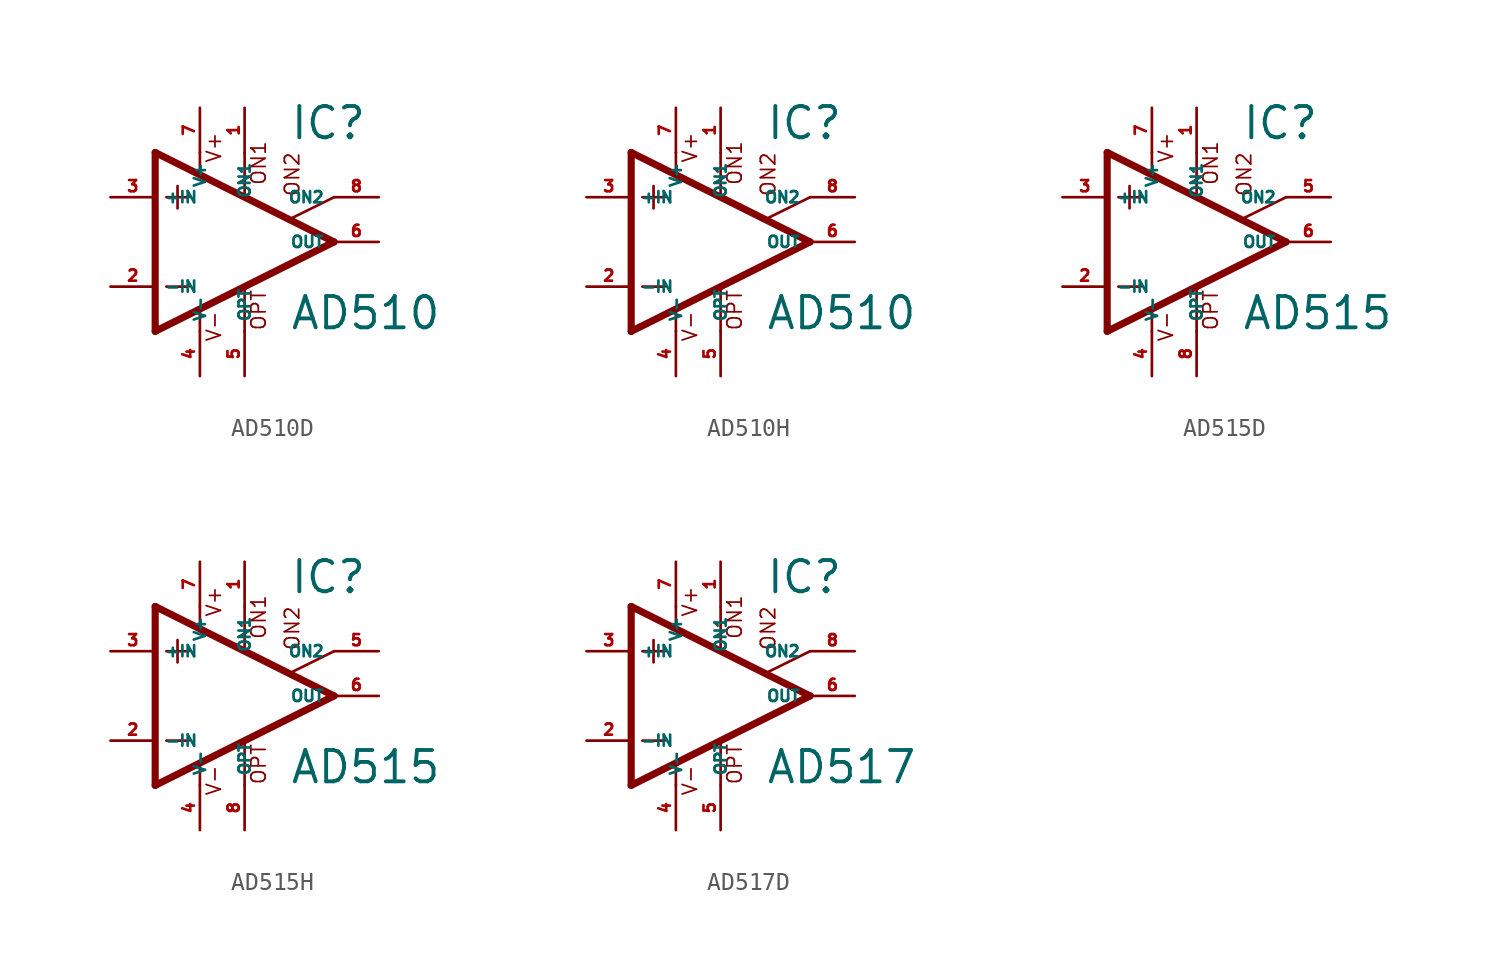
<source format=kicad_sym>
(kicad_symbol_lib
  (version 20220914)
  (generator Eagle2Kicad)
  (symbol "AD510D"
    (property "Reference" "IC"
      (at 2.54 5.715 0)
      (effects (font (size 1.778 1.778) (thickness 0.22)) (justify left bottom)))
    (property "Value" "AD510"
      (at 2.54 -5.08 0)
      (effects (font (size 1.778 1.778) (thickness 0.22)) (justify left bottom)))
    (polyline
      (pts (xy -3.81 3.175) (xy -3.81 1.905))
      (stroke (width 0.152) (type default))
      (fill (type none)))
    (polyline
      (pts (xy -4.445 2.54) (xy -3.175 2.54))
      (stroke (width 0.152) (type default))
      (fill (type none)))
    (polyline
      (pts (xy -4.445 -2.54) (xy -3.175 -2.54))
      (stroke (width 0.152) (type default))
      (fill (type none)))
    (polyline
      (pts (xy -2.54 5.08) (xy -2.54 3.886))
      (stroke (width 0.152) (type default))
      (fill (type none)))
    (polyline
      (pts (xy 0 5.055) (xy 0 2.616))
      (stroke (width 0.152) (type default))
      (fill (type none)))
    (polyline
      (pts (xy 0 -2.616) (xy 0 -5.08))
      (stroke (width 0.152) (type default))
      (fill (type none)))
    (polyline
      (pts (xy -2.54 -3.912) (xy -2.54 -5.08))
      (stroke (width 0.152) (type default))
      (fill (type none)))
    (polyline
      (pts (xy 5.08 2.54) (xy 2.616 1.321))
      (stroke (width 0.152) (type default))
      (fill (type none)))
    (polyline
      (pts (xy 5.08 0) (xy -5.08 5.08))
      (stroke (width 0.406) (type default))
      (fill (type none)))
    (polyline
      (pts (xy -5.08 5.08) (xy -5.08 -5.08))
      (stroke (width 0.406) (type default))
      (fill (type none)))
    (polyline
      (pts (xy -5.08 -5.08) (xy 5.08 0))
      (stroke (width 0.406) (type default))
      (fill (type none)))
    (text "ON1"
      (at 1.27 3.175 900)
      (effects (font (size 0.813 0.813) (thickness 0.10)) (justify left bottom)))
    (text "ON2"
      (at 3.175 2.54 900)
      (effects (font (size 0.813 0.813) (thickness 0.10)) (justify left bottom)))
    (text "OPT"
      (at 1.27 -5.08 900)
      (effects (font (size 0.813 0.813) (thickness 0.10)) (justify left bottom)))
    (text "V+"
      (at -1.27 4.445 900)
      (effects (font (size 0.813 0.813) (thickness 0.10)) (justify left bottom)))
    (text "V-"
      (at -1.27 -5.715 900)
      (effects (font (size 0.813 0.813) (thickness 0.10)) (justify left bottom)))
    (pin passive line
      (at 7.62 2.54 180)
      (length 2.54)
      (name "ON2" (effects (font (size 0.635 0.635) (thickness 0.08)) (justify left bottom)))
      (number "8" (effects (font (size 0.635 0.635) (thickness 0.08)) (justify left bottom))))
    (pin passive line
      (at 0 7.62 270)
      (length 2.54)
      (name "ON1" (effects (font (size 0.635 0.635) (thickness 0.08)) (justify left bottom)))
      (number "1" (effects (font (size 0.635 0.635) (thickness 0.08)) (justify left bottom))))
    (pin input line
      (at -7.62 -2.54 0)
      (length 2.54)
      (name "-IN" (effects (font (size 0.635 0.635) (thickness 0.08)) (justify left bottom)))
      (number "2" (effects (font (size 0.635 0.635) (thickness 0.08)) (justify left bottom))))
    (pin input line
      (at -7.62 2.54 0)
      (length 2.54)
      (name "+IN" (effects (font (size 0.635 0.635) (thickness 0.08)) (justify left bottom)))
      (number "3" (effects (font (size 0.635 0.635) (thickness 0.08)) (justify left bottom))))
    (pin output line
      (at 7.62 0 180)
      (length 2.54)
      (name "OUT" (effects (font (size 0.635 0.635) (thickness 0.08)) (justify left bottom)))
      (number "6" (effects (font (size 0.635 0.635) (thickness 0.08)) (justify left bottom))))
    (pin passive line
      (at 0 -7.62 90)
      (length 2.54)
      (name "OPT" (effects (font (size 0.635 0.635) (thickness 0.08)) (justify left bottom)))
      (number "5" (effects (font (size 0.635 0.635) (thickness 0.08)) (justify left bottom))))
    (pin unspecified line
      (at -2.54 7.62 270)
      (length 2.54)
      (name "V+" (effects (font (size 0.635 0.635) (thickness 0.08)) (justify left bottom)))
      (number "7" (effects (font (size 0.635 0.635) (thickness 0.08)) (justify left bottom))))
    (pin unspecified line
      (at -2.54 -7.62 90)
      (length 2.54)
      (name "V-" (effects (font (size 0.635 0.635) (thickness 0.08)) (justify left bottom)))
      (number "4" (effects (font (size 0.635 0.635) (thickness 0.08)) (justify left bottom)))))
  (symbol "AD510H"
    (property "Reference" "IC"
      (at 2.54 5.715 0)
      (effects (font (size 1.778 1.778) (thickness 0.22)) (justify left bottom)))
    (property "Value" "AD510"
      (at 2.54 -5.08 0)
      (effects (font (size 1.778 1.778) (thickness 0.22)) (justify left bottom)))
    (polyline
      (pts (xy -3.81 3.175) (xy -3.81 1.905))
      (stroke (width 0.152) (type default))
      (fill (type none)))
    (polyline
      (pts (xy -4.445 2.54) (xy -3.175 2.54))
      (stroke (width 0.152) (type default))
      (fill (type none)))
    (polyline
      (pts (xy -4.445 -2.54) (xy -3.175 -2.54))
      (stroke (width 0.152) (type default))
      (fill (type none)))
    (polyline
      (pts (xy -2.54 5.08) (xy -2.54 3.886))
      (stroke (width 0.152) (type default))
      (fill (type none)))
    (polyline
      (pts (xy 0 5.055) (xy 0 2.616))
      (stroke (width 0.152) (type default))
      (fill (type none)))
    (polyline
      (pts (xy 0 -2.616) (xy 0 -5.08))
      (stroke (width 0.152) (type default))
      (fill (type none)))
    (polyline
      (pts (xy -2.54 -3.912) (xy -2.54 -5.08))
      (stroke (width 0.152) (type default))
      (fill (type none)))
    (polyline
      (pts (xy 5.08 2.54) (xy 2.616 1.321))
      (stroke (width 0.152) (type default))
      (fill (type none)))
    (polyline
      (pts (xy 5.08 0) (xy -5.08 5.08))
      (stroke (width 0.406) (type default))
      (fill (type none)))
    (polyline
      (pts (xy -5.08 5.08) (xy -5.08 -5.08))
      (stroke (width 0.406) (type default))
      (fill (type none)))
    (polyline
      (pts (xy -5.08 -5.08) (xy 5.08 0))
      (stroke (width 0.406) (type default))
      (fill (type none)))
    (text "ON1"
      (at 1.27 3.175 900)
      (effects (font (size 0.813 0.813) (thickness 0.10)) (justify left bottom)))
    (text "ON2"
      (at 3.175 2.54 900)
      (effects (font (size 0.813 0.813) (thickness 0.10)) (justify left bottom)))
    (text "OPT"
      (at 1.27 -5.08 900)
      (effects (font (size 0.813 0.813) (thickness 0.10)) (justify left bottom)))
    (text "V+"
      (at -1.27 4.445 900)
      (effects (font (size 0.813 0.813) (thickness 0.10)) (justify left bottom)))
    (text "V-"
      (at -1.27 -5.715 900)
      (effects (font (size 0.813 0.813) (thickness 0.10)) (justify left bottom)))
    (pin passive line
      (at 7.62 2.54 180)
      (length 2.54)
      (name "ON2" (effects (font (size 0.635 0.635) (thickness 0.08)) (justify left bottom)))
      (number "8" (effects (font (size 0.635 0.635) (thickness 0.08)) (justify left bottom))))
    (pin passive line
      (at 0 7.62 270)
      (length 2.54)
      (name "ON1" (effects (font (size 0.635 0.635) (thickness 0.08)) (justify left bottom)))
      (number "1" (effects (font (size 0.635 0.635) (thickness 0.08)) (justify left bottom))))
    (pin input line
      (at -7.62 -2.54 0)
      (length 2.54)
      (name "-IN" (effects (font (size 0.635 0.635) (thickness 0.08)) (justify left bottom)))
      (number "2" (effects (font (size 0.635 0.635) (thickness 0.08)) (justify left bottom))))
    (pin input line
      (at -7.62 2.54 0)
      (length 2.54)
      (name "+IN" (effects (font (size 0.635 0.635) (thickness 0.08)) (justify left bottom)))
      (number "3" (effects (font (size 0.635 0.635) (thickness 0.08)) (justify left bottom))))
    (pin output line
      (at 7.62 0 180)
      (length 2.54)
      (name "OUT" (effects (font (size 0.635 0.635) (thickness 0.08)) (justify left bottom)))
      (number "6" (effects (font (size 0.635 0.635) (thickness 0.08)) (justify left bottom))))
    (pin passive line
      (at 0 -7.62 90)
      (length 2.54)
      (name "OPT" (effects (font (size 0.635 0.635) (thickness 0.08)) (justify left bottom)))
      (number "5" (effects (font (size 0.635 0.635) (thickness 0.08)) (justify left bottom))))
    (pin unspecified line
      (at -2.54 7.62 270)
      (length 2.54)
      (name "V+" (effects (font (size 0.635 0.635) (thickness 0.08)) (justify left bottom)))
      (number "7" (effects (font (size 0.635 0.635) (thickness 0.08)) (justify left bottom))))
    (pin unspecified line
      (at -2.54 -7.62 90)
      (length 2.54)
      (name "V-" (effects (font (size 0.635 0.635) (thickness 0.08)) (justify left bottom)))
      (number "4" (effects (font (size 0.635 0.635) (thickness 0.08)) (justify left bottom)))))
  (symbol "AD515D"
    (property "Reference" "IC"
      (at 2.54 5.715 0)
      (effects (font (size 1.778 1.778) (thickness 0.22)) (justify left bottom)))
    (property "Value" "AD515"
      (at 2.54 -5.08 0)
      (effects (font (size 1.778 1.778) (thickness 0.22)) (justify left bottom)))
    (polyline
      (pts (xy -3.81 3.175) (xy -3.81 1.905))
      (stroke (width 0.152) (type default))
      (fill (type none)))
    (polyline
      (pts (xy -4.445 2.54) (xy -3.175 2.54))
      (stroke (width 0.152) (type default))
      (fill (type none)))
    (polyline
      (pts (xy -4.445 -2.54) (xy -3.175 -2.54))
      (stroke (width 0.152) (type default))
      (fill (type none)))
    (polyline
      (pts (xy -2.54 5.08) (xy -2.54 3.886))
      (stroke (width 0.152) (type default))
      (fill (type none)))
    (polyline
      (pts (xy 0 5.055) (xy 0 2.616))
      (stroke (width 0.152) (type default))
      (fill (type none)))
    (polyline
      (pts (xy 0 -2.616) (xy 0 -5.08))
      (stroke (width 0.152) (type default))
      (fill (type none)))
    (polyline
      (pts (xy -2.54 -3.912) (xy -2.54 -5.08))
      (stroke (width 0.152) (type default))
      (fill (type none)))
    (polyline
      (pts (xy 5.08 2.54) (xy 2.616 1.321))
      (stroke (width 0.152) (type default))
      (fill (type none)))
    (polyline
      (pts (xy 5.08 0) (xy -5.08 5.08))
      (stroke (width 0.406) (type default))
      (fill (type none)))
    (polyline
      (pts (xy -5.08 5.08) (xy -5.08 -5.08))
      (stroke (width 0.406) (type default))
      (fill (type none)))
    (polyline
      (pts (xy -5.08 -5.08) (xy 5.08 0))
      (stroke (width 0.406) (type default))
      (fill (type none)))
    (text "ON1"
      (at 1.27 3.175 900)
      (effects (font (size 0.813 0.813) (thickness 0.10)) (justify left bottom)))
    (text "ON2"
      (at 3.175 2.54 900)
      (effects (font (size 0.813 0.813) (thickness 0.10)) (justify left bottom)))
    (text "OPT"
      (at 1.27 -5.08 900)
      (effects (font (size 0.813 0.813) (thickness 0.10)) (justify left bottom)))
    (text "V+"
      (at -1.27 4.445 900)
      (effects (font (size 0.813 0.813) (thickness 0.10)) (justify left bottom)))
    (text "V-"
      (at -1.27 -5.715 900)
      (effects (font (size 0.813 0.813) (thickness 0.10)) (justify left bottom)))
    (pin passive line
      (at 7.62 2.54 180)
      (length 2.54)
      (name "ON2" (effects (font (size 0.635 0.635) (thickness 0.08)) (justify left bottom)))
      (number "5" (effects (font (size 0.635 0.635) (thickness 0.08)) (justify left bottom))))
    (pin passive line
      (at 0 7.62 270)
      (length 2.54)
      (name "ON1" (effects (font (size 0.635 0.635) (thickness 0.08)) (justify left bottom)))
      (number "1" (effects (font (size 0.635 0.635) (thickness 0.08)) (justify left bottom))))
    (pin input line
      (at -7.62 -2.54 0)
      (length 2.54)
      (name "-IN" (effects (font (size 0.635 0.635) (thickness 0.08)) (justify left bottom)))
      (number "2" (effects (font (size 0.635 0.635) (thickness 0.08)) (justify left bottom))))
    (pin input line
      (at -7.62 2.54 0)
      (length 2.54)
      (name "+IN" (effects (font (size 0.635 0.635) (thickness 0.08)) (justify left bottom)))
      (number "3" (effects (font (size 0.635 0.635) (thickness 0.08)) (justify left bottom))))
    (pin output line
      (at 7.62 0 180)
      (length 2.54)
      (name "OUT" (effects (font (size 0.635 0.635) (thickness 0.08)) (justify left bottom)))
      (number "6" (effects (font (size 0.635 0.635) (thickness 0.08)) (justify left bottom))))
    (pin passive line
      (at 0 -7.62 90)
      (length 2.54)
      (name "OPT" (effects (font (size 0.635 0.635) (thickness 0.08)) (justify left bottom)))
      (number "8" (effects (font (size 0.635 0.635) (thickness 0.08)) (justify left bottom))))
    (pin unspecified line
      (at -2.54 7.62 270)
      (length 2.54)
      (name "V+" (effects (font (size 0.635 0.635) (thickness 0.08)) (justify left bottom)))
      (number "7" (effects (font (size 0.635 0.635) (thickness 0.08)) (justify left bottom))))
    (pin unspecified line
      (at -2.54 -7.62 90)
      (length 2.54)
      (name "V-" (effects (font (size 0.635 0.635) (thickness 0.08)) (justify left bottom)))
      (number "4" (effects (font (size 0.635 0.635) (thickness 0.08)) (justify left bottom)))))
  (symbol "AD515H"
    (property "Reference" "IC"
      (at 2.54 5.715 0)
      (effects (font (size 1.778 1.778) (thickness 0.22)) (justify left bottom)))
    (property "Value" "AD515"
      (at 2.54 -5.08 0)
      (effects (font (size 1.778 1.778) (thickness 0.22)) (justify left bottom)))
    (polyline
      (pts (xy -3.81 3.175) (xy -3.81 1.905))
      (stroke (width 0.152) (type default))
      (fill (type none)))
    (polyline
      (pts (xy -4.445 2.54) (xy -3.175 2.54))
      (stroke (width 0.152) (type default))
      (fill (type none)))
    (polyline
      (pts (xy -4.445 -2.54) (xy -3.175 -2.54))
      (stroke (width 0.152) (type default))
      (fill (type none)))
    (polyline
      (pts (xy -2.54 5.08) (xy -2.54 3.886))
      (stroke (width 0.152) (type default))
      (fill (type none)))
    (polyline
      (pts (xy 0 5.055) (xy 0 2.616))
      (stroke (width 0.152) (type default))
      (fill (type none)))
    (polyline
      (pts (xy 0 -2.616) (xy 0 -5.08))
      (stroke (width 0.152) (type default))
      (fill (type none)))
    (polyline
      (pts (xy -2.54 -3.912) (xy -2.54 -5.08))
      (stroke (width 0.152) (type default))
      (fill (type none)))
    (polyline
      (pts (xy 5.08 2.54) (xy 2.616 1.321))
      (stroke (width 0.152) (type default))
      (fill (type none)))
    (polyline
      (pts (xy 5.08 0) (xy -5.08 5.08))
      (stroke (width 0.406) (type default))
      (fill (type none)))
    (polyline
      (pts (xy -5.08 5.08) (xy -5.08 -5.08))
      (stroke (width 0.406) (type default))
      (fill (type none)))
    (polyline
      (pts (xy -5.08 -5.08) (xy 5.08 0))
      (stroke (width 0.406) (type default))
      (fill (type none)))
    (text "ON1"
      (at 1.27 3.175 900)
      (effects (font (size 0.813 0.813) (thickness 0.10)) (justify left bottom)))
    (text "ON2"
      (at 3.175 2.54 900)
      (effects (font (size 0.813 0.813) (thickness 0.10)) (justify left bottom)))
    (text "OPT"
      (at 1.27 -5.08 900)
      (effects (font (size 0.813 0.813) (thickness 0.10)) (justify left bottom)))
    (text "V+"
      (at -1.27 4.445 900)
      (effects (font (size 0.813 0.813) (thickness 0.10)) (justify left bottom)))
    (text "V-"
      (at -1.27 -5.715 900)
      (effects (font (size 0.813 0.813) (thickness 0.10)) (justify left bottom)))
    (pin passive line
      (at 7.62 2.54 180)
      (length 2.54)
      (name "ON2" (effects (font (size 0.635 0.635) (thickness 0.08)) (justify left bottom)))
      (number "5" (effects (font (size 0.635 0.635) (thickness 0.08)) (justify left bottom))))
    (pin passive line
      (at 0 7.62 270)
      (length 2.54)
      (name "ON1" (effects (font (size 0.635 0.635) (thickness 0.08)) (justify left bottom)))
      (number "1" (effects (font (size 0.635 0.635) (thickness 0.08)) (justify left bottom))))
    (pin input line
      (at -7.62 -2.54 0)
      (length 2.54)
      (name "-IN" (effects (font (size 0.635 0.635) (thickness 0.08)) (justify left bottom)))
      (number "2" (effects (font (size 0.635 0.635) (thickness 0.08)) (justify left bottom))))
    (pin input line
      (at -7.62 2.54 0)
      (length 2.54)
      (name "+IN" (effects (font (size 0.635 0.635) (thickness 0.08)) (justify left bottom)))
      (number "3" (effects (font (size 0.635 0.635) (thickness 0.08)) (justify left bottom))))
    (pin output line
      (at 7.62 0 180)
      (length 2.54)
      (name "OUT" (effects (font (size 0.635 0.635) (thickness 0.08)) (justify left bottom)))
      (number "6" (effects (font (size 0.635 0.635) (thickness 0.08)) (justify left bottom))))
    (pin passive line
      (at 0 -7.62 90)
      (length 2.54)
      (name "OPT" (effects (font (size 0.635 0.635) (thickness 0.08)) (justify left bottom)))
      (number "8" (effects (font (size 0.635 0.635) (thickness 0.08)) (justify left bottom))))
    (pin unspecified line
      (at -2.54 7.62 270)
      (length 2.54)
      (name "V+" (effects (font (size 0.635 0.635) (thickness 0.08)) (justify left bottom)))
      (number "7" (effects (font (size 0.635 0.635) (thickness 0.08)) (justify left bottom))))
    (pin unspecified line
      (at -2.54 -7.62 90)
      (length 2.54)
      (name "V-" (effects (font (size 0.635 0.635) (thickness 0.08)) (justify left bottom)))
      (number "4" (effects (font (size 0.635 0.635) (thickness 0.08)) (justify left bottom)))))
  (symbol "AD517D"
    (property "Reference" "IC"
      (at 2.54 5.715 0)
      (effects (font (size 1.778 1.778) (thickness 0.22)) (justify left bottom)))
    (property "Value" "AD517"
      (at 2.54 -5.08 0)
      (effects (font (size 1.778 1.778) (thickness 0.22)) (justify left bottom)))
    (polyline
      (pts (xy -3.81 3.175) (xy -3.81 1.905))
      (stroke (width 0.152) (type default))
      (fill (type none)))
    (polyline
      (pts (xy -4.445 2.54) (xy -3.175 2.54))
      (stroke (width 0.152) (type default))
      (fill (type none)))
    (polyline
      (pts (xy -4.445 -2.54) (xy -3.175 -2.54))
      (stroke (width 0.152) (type default))
      (fill (type none)))
    (polyline
      (pts (xy -2.54 5.08) (xy -2.54 3.886))
      (stroke (width 0.152) (type default))
      (fill (type none)))
    (polyline
      (pts (xy 0 5.055) (xy 0 2.616))
      (stroke (width 0.152) (type default))
      (fill (type none)))
    (polyline
      (pts (xy 0 -2.616) (xy 0 -5.08))
      (stroke (width 0.152) (type default))
      (fill (type none)))
    (polyline
      (pts (xy -2.54 -3.912) (xy -2.54 -5.08))
      (stroke (width 0.152) (type default))
      (fill (type none)))
    (polyline
      (pts (xy 5.08 2.54) (xy 2.616 1.321))
      (stroke (width 0.152) (type default))
      (fill (type none)))
    (polyline
      (pts (xy 5.08 0) (xy -5.08 5.08))
      (stroke (width 0.406) (type default))
      (fill (type none)))
    (polyline
      (pts (xy -5.08 5.08) (xy -5.08 -5.08))
      (stroke (width 0.406) (type default))
      (fill (type none)))
    (polyline
      (pts (xy -5.08 -5.08) (xy 5.08 0))
      (stroke (width 0.406) (type default))
      (fill (type none)))
    (text "ON1"
      (at 1.27 3.175 900)
      (effects (font (size 0.813 0.813) (thickness 0.10)) (justify left bottom)))
    (text "ON2"
      (at 3.175 2.54 900)
      (effects (font (size 0.813 0.813) (thickness 0.10)) (justify left bottom)))
    (text "OPT"
      (at 1.27 -5.08 900)
      (effects (font (size 0.813 0.813) (thickness 0.10)) (justify left bottom)))
    (text "V+"
      (at -1.27 4.445 900)
      (effects (font (size 0.813 0.813) (thickness 0.10)) (justify left bottom)))
    (text "V-"
      (at -1.27 -5.715 900)
      (effects (font (size 0.813 0.813) (thickness 0.10)) (justify left bottom)))
    (pin passive line
      (at 7.62 2.54 180)
      (length 2.54)
      (name "ON2" (effects (font (size 0.635 0.635) (thickness 0.08)) (justify left bottom)))
      (number "8" (effects (font (size 0.635 0.635) (thickness 0.08)) (justify left bottom))))
    (pin passive line
      (at 0 7.62 270)
      (length 2.54)
      (name "ON1" (effects (font (size 0.635 0.635) (thickness 0.08)) (justify left bottom)))
      (number "1" (effects (font (size 0.635 0.635) (thickness 0.08)) (justify left bottom))))
    (pin input line
      (at -7.62 -2.54 0)
      (length 2.54)
      (name "-IN" (effects (font (size 0.635 0.635) (thickness 0.08)) (justify left bottom)))
      (number "2" (effects (font (size 0.635 0.635) (thickness 0.08)) (justify left bottom))))
    (pin input line
      (at -7.62 2.54 0)
      (length 2.54)
      (name "+IN" (effects (font (size 0.635 0.635) (thickness 0.08)) (justify left bottom)))
      (number "3" (effects (font (size 0.635 0.635) (thickness 0.08)) (justify left bottom))))
    (pin output line
      (at 7.62 0 180)
      (length 2.54)
      (name "OUT" (effects (font (size 0.635 0.635) (thickness 0.08)) (justify left bottom)))
      (number "6" (effects (font (size 0.635 0.635) (thickness 0.08)) (justify left bottom))))
    (pin passive line
      (at 0 -7.62 90)
      (length 2.54)
      (name "OPT" (effects (font (size 0.635 0.635) (thickness 0.08)) (justify left bottom)))
      (number "5" (effects (font (size 0.635 0.635) (thickness 0.08)) (justify left bottom))))
    (pin unspecified line
      (at -2.54 7.62 270)
      (length 2.54)
      (name "V+" (effects (font (size 0.635 0.635) (thickness 0.08)) (justify left bottom)))
      (number "7" (effects (font (size 0.635 0.635) (thickness 0.08)) (justify left bottom))))
    (pin unspecified line
      (at -2.54 -7.62 90)
      (length 2.54)
      (name "V-" (effects (font (size 0.635 0.635) (thickness 0.08)) (justify left bottom)))
      (number "4" (effects (font (size 0.635 0.635) (thickness 0.08)) (justify left bottom))))))
</source>
